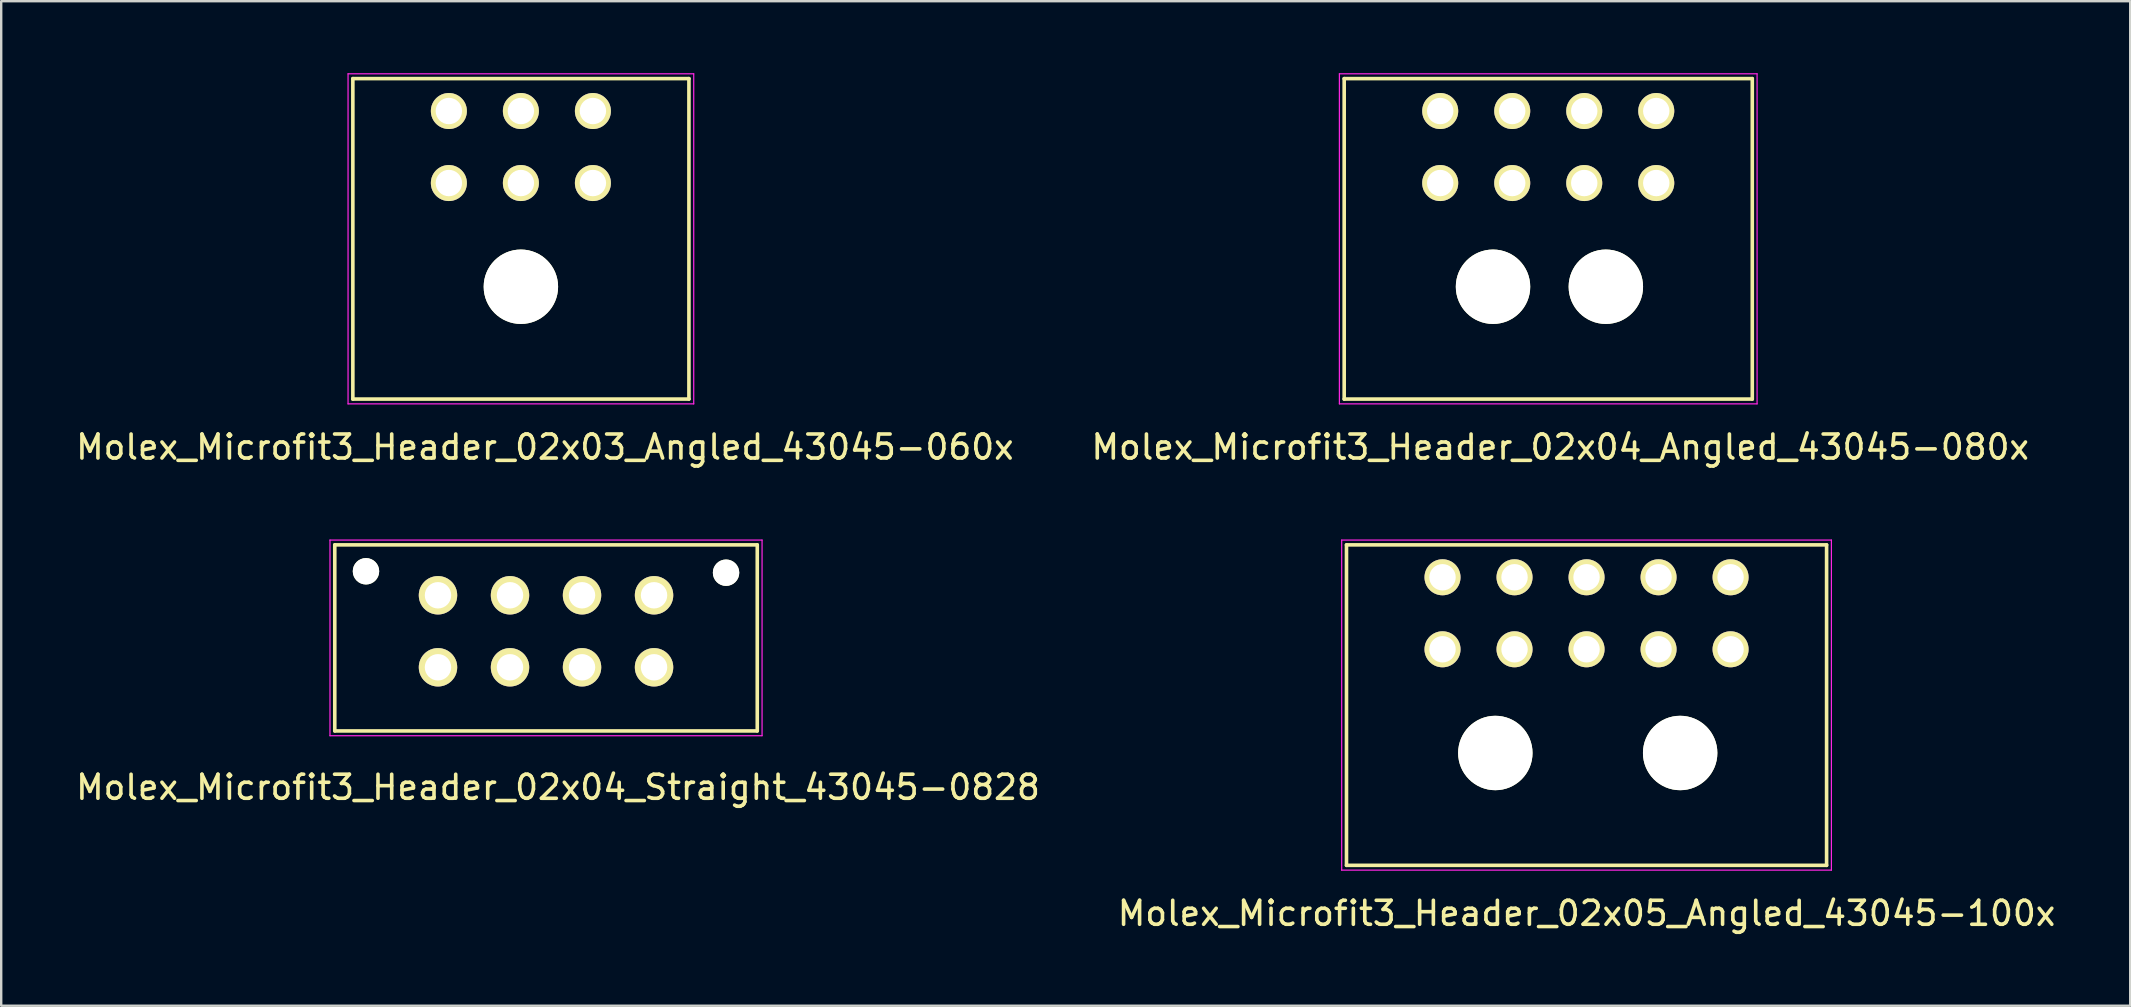
<source format=kicad_pcb>
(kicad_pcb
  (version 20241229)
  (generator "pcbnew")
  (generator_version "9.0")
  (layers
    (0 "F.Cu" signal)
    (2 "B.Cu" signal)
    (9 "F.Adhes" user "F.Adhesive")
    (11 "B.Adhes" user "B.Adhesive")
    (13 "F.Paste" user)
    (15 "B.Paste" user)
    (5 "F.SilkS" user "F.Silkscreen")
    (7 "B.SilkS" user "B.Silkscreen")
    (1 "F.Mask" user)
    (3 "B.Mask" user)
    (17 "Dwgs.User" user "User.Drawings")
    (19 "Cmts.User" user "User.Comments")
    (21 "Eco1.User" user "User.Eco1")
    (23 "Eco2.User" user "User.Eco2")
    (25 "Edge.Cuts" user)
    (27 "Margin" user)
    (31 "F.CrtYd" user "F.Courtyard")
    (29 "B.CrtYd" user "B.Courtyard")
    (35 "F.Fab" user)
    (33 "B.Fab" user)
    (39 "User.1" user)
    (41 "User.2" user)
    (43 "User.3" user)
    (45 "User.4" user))
  (footprint "Molex_Microfit3_Header_02x05_Angled_43045-100x"
    (layer "F.Cu")
    (at 69.042 23.998)
    (property "Reference" "Molex_Microfit3_Header_02x05_Angled_43045-100x" (at -6 11 0) (layer "F.SilkS") (effects (font (size 1 1) (thickness 0.15))))
    (attr through_hole)
    (fp_line (start -16 -4.35) (end 4 -4.35) (stroke (width 0.15) (type solid)) (layer "F.SilkS"))
    (fp_line (start -16 9) (end -16 -4.35) (stroke (width 0.15) (type solid)) (layer "F.SilkS"))
    (fp_line (start 4 -4.35) (end 4 9) (stroke (width 0.15) (type solid)) (layer "F.SilkS"))
    (fp_line (start 4 9) (end -16 9) (stroke (width 0.15) (type solid)) (layer "F.SilkS"))
    (fp_line (start -16.2 -4.55) (end -16.2 9.2) (stroke (width 0.05) (type solid)) (layer "F.CrtYd"))
    (fp_line (start -16.2 9.2) (end 4.2 9.2) (stroke (width 0.05) (type solid)) (layer "F.CrtYd"))
    (fp_line (start 4.2 -4.55) (end -16.2 -4.55) (stroke (width 0.05) (type solid)) (layer "F.CrtYd"))
    (fp_line (start 4.2 9.2) (end 4.2 -4.55) (stroke (width 0.05) (type solid)) (layer "F.CrtYd"))
    (pad "" np_thru_hole circle (at -9.8 4.32) (size 3.1 3.1) (drill 3.1) (layers "*.Cu" "*.Mask" "F.SilkS"))
    (pad "" np_thru_hole circle (at -2.1 4.32) (size 3.1 3.1) (drill 3.1) (layers "*.Cu" "*.Mask" "F.SilkS"))
    (pad "1" thru_hole circle (at 0 0) (size 1.5 1.5) (drill 1.1) (layers "*.Cu" "*.Mask" "F.SilkS"))
    (pad "2" thru_hole circle (at -3 0) (size 1.5 1.5) (drill 1.1) (layers "*.Cu" "*.Mask" "F.SilkS"))
    (pad "3" thru_hole circle (at -6 0) (size 1.5 1.5) (drill 1.1) (layers "*.Cu" "*.Mask" "F.SilkS"))
    (pad "4" thru_hole circle (at -9 0) (size 1.5 1.5) (drill 1.1) (layers "*.Cu" "*.Mask" "F.SilkS"))
    (pad "5" thru_hole circle (at -12 0) (size 1.5 1.5) (drill 1.1) (layers "*.Cu" "*.Mask" "F.SilkS"))
    (pad "6" thru_hole circle (at 0 -3) (size 1.5 1.5) (drill 1.1) (layers "*.Cu" "*.Mask" "F.SilkS"))
    (pad "7" thru_hole circle (at -3 -3) (size 1.5 1.5) (drill 1.1) (layers "*.Cu" "*.Mask" "F.SilkS"))
    (pad "8" thru_hole circle (at -6 -3) (size 1.5 1.5) (drill 1.1) (layers "*.Cu" "*.Mask" "F.SilkS"))
    (pad "9" thru_hole circle (at -9 -3) (size 1.5 1.5) (drill 1.1) (layers "*.Cu" "*.Mask" "F.SilkS"))
    (pad "10" thru_hole circle (at -12 -3) (size 1.5 1.5) (drill 1.1) (layers "*.Cu" "*.Mask" "F.SilkS")))
  (footprint "Molex_Microfit3_Header_02x03_Angled_43045-060x"
    (layer "F.Cu")
    (at 21.649 4.575)
    (property "Reference" "Molex_Microfit3_Header_02x03_Angled_43045-060x" (at -2 11 0) (layer "F.SilkS") (effects (font (size 1 1) (thickness 0.15))))
    (attr through_hole)
    (fp_line (start -10 -4.35) (end 4 -4.35) (stroke (width 0.15) (type solid)) (layer "F.SilkS"))
    (fp_line (start -10 9) (end -10 -4.35) (stroke (width 0.15) (type solid)) (layer "F.SilkS"))
    (fp_line (start 4 -4.35) (end 4 9) (stroke (width 0.15) (type solid)) (layer "F.SilkS"))
    (fp_line (start 4 9) (end -10 9) (stroke (width 0.15) (type solid)) (layer "F.SilkS"))
    (fp_line (start -10.2 -4.55) (end -10.2 9.2) (stroke (width 0.05) (type solid)) (layer "F.CrtYd"))
    (fp_line (start -10.2 9.2) (end 4.2 9.2) (stroke (width 0.05) (type solid)) (layer "F.CrtYd"))
    (fp_line (start 4.2 -4.55) (end -10.2 -4.55) (stroke (width 0.05) (type solid)) (layer "F.CrtYd"))
    (fp_line (start 4.2 9.2) (end 4.2 -4.55) (stroke (width 0.05) (type solid)) (layer "F.CrtYd"))
    (pad "" np_thru_hole circle (at -3 4.32) (size 3.1 3.1) (drill 3.1) (layers "*.Cu" "*.Mask" "F.SilkS"))
    (pad "1" thru_hole circle (at 0 0) (size 1.5 1.5) (drill 1.1) (layers "*.Cu" "*.Mask" "F.SilkS"))
    (pad "2" thru_hole circle (at -3 0) (size 1.5 1.5) (drill 1.1) (layers "*.Cu" "*.Mask" "F.SilkS"))
    (pad "3" thru_hole circle (at -6 0) (size 1.5 1.5) (drill 1.1) (layers "*.Cu" "*.Mask" "F.SilkS"))
    (pad "4" thru_hole circle (at 0 -3) (size 1.5 1.5) (drill 1.1) (layers "*.Cu" "*.Mask" "F.SilkS"))
    (pad "5" thru_hole circle (at -3 -3) (size 1.5 1.5) (drill 1.1) (layers "*.Cu" "*.Mask" "F.SilkS"))
    (pad "6" thru_hole circle (at -6 -3) (size 1.5 1.5) (drill 1.1) (layers "*.Cu" "*.Mask" "F.SilkS")))
  (footprint "Molex_Microfit3_Header_02x04_Straight_43045-0828"
    (layer "F.Cu")
    (at 24.196 24.748)
    (property "Reference" "Molex_Microfit3_Header_02x04_Straight_43045-0828" (at -4 5 0) (layer "F.SilkS") (effects (font (size 1 1) (thickness 0.15))))
    (attr through_hole)
    (fp_line (start -13.3 2.65) (end -13.3 -5.1) (stroke (width 0.15) (type solid)) (layer "F.SilkS"))
    (fp_line (start 4.3 -5.1) (end -13.3 -5.1) (stroke (width 0.15) (type solid)) (layer "F.SilkS"))
    (fp_line (start 4.3 2.65) (end -13.3 2.65) (stroke (width 0.15) (type solid)) (layer "F.SilkS"))
    (fp_line (start 4.3 2.65) (end 4.3 -5.1) (stroke (width 0.15) (type solid)) (layer "F.SilkS"))
    (fp_line (start -13.5 2.85) (end -13.5 -5.3) (stroke (width 0.05) (type solid)) (layer "F.CrtYd"))
    (fp_line (start 4.5 -5.3) (end -13.5 -5.3) (stroke (width 0.05) (type solid)) (layer "F.CrtYd"))
    (fp_line (start 4.5 2.85) (end -13.5 2.85) (stroke (width 0.05) (type solid)) (layer "F.CrtYd"))
    (fp_line (start 4.5 2.85) (end 4.5 -5.3) (stroke (width 0.05) (type solid)) (layer "F.CrtYd"))
    (pad "" np_thru_hole circle (at -12 -4) (size 1.1 1.1) (drill 1.1) (layers "*.Cu" "*.Mask" "F.SilkS"))
    (pad "" np_thru_hole circle (at 3 -3.94) (size 1.1 1.1) (drill 1.1) (layers "*.Cu" "*.Mask" "F.SilkS"))
    (pad "1" thru_hole circle (at 0 0) (size 1.6 1.6) (drill 1.1) (layers "*.Cu" "*.Mask" "F.SilkS"))
    (pad "2" thru_hole circle (at -3 0) (size 1.6 1.6) (drill 1.1) (layers "*.Cu" "*.Mask" "F.SilkS"))
    (pad "3" thru_hole circle (at -6 0) (size 1.6 1.6) (drill 1.1) (layers "*.Cu" "*.Mask" "F.SilkS"))
    (pad "4" thru_hole circle (at -9 0) (size 1.6 1.6) (drill 1.1) (layers "*.Cu" "*.Mask" "F.SilkS"))
    (pad "5" thru_hole circle (at 0 -3) (size 1.6 1.6) (drill 1.1) (layers "*.Cu" "*.Mask" "F.SilkS"))
    (pad "6" thru_hole circle (at -3 -3) (size 1.6 1.6) (drill 1.1) (layers "*.Cu" "*.Mask" "F.SilkS"))
    (pad "7" thru_hole circle (at -6 -3) (size 1.6 1.6) (drill 1.1) (layers "*.Cu" "*.Mask" "F.SilkS"))
    (pad "8" thru_hole circle (at -9 -3) (size 1.6 1.6) (drill 1.1) (layers "*.Cu" "*.Mask" "F.SilkS")))
  (footprint "Molex_Microfit3_Header_02x04_Angled_43045-080x"
    (layer "F.Cu")
    (at 65.946 4.575)
    (property "Reference" "Molex_Microfit3_Header_02x04_Angled_43045-080x" (at -4 11 0) (layer "F.SilkS") (effects (font (size 1 1) (thickness 0.15))))
    (attr through_hole)
    (fp_line (start -13 -4.35) (end 4 -4.35) (stroke (width 0.15) (type solid)) (layer "F.SilkS"))
    (fp_line (start -13 9) (end -13 -4.35) (stroke (width 0.15) (type solid)) (layer "F.SilkS"))
    (fp_line (start 4 -4.35) (end 4 9) (stroke (width 0.15) (type solid)) (layer "F.SilkS"))
    (fp_line (start 4 9) (end -13 9) (stroke (width 0.15) (type solid)) (layer "F.SilkS"))
    (fp_line (start -13.2 -4.55) (end -13.2 9.2) (stroke (width 0.05) (type solid)) (layer "F.CrtYd"))
    (fp_line (start -13.2 9.2) (end 4.2 9.2) (stroke (width 0.05) (type solid)) (layer "F.CrtYd"))
    (fp_line (start 4.2 -4.55) (end -13.2 -4.55) (stroke (width 0.05) (type solid)) (layer "F.CrtYd"))
    (fp_line (start 4.2 9.2) (end 4.2 -4.55) (stroke (width 0.05) (type solid)) (layer "F.CrtYd"))
    (pad "" np_thru_hole circle (at -6.8 4.32) (size 3.1 3.1) (drill 3.1) (layers "*.Cu" "*.Mask" "F.SilkS"))
    (pad "" np_thru_hole circle (at -2.1 4.32) (size 3.1 3.1) (drill 3.1) (layers "*.Cu" "*.Mask" "F.SilkS"))
    (pad "1" thru_hole circle (at 0 0) (size 1.5 1.5) (drill 1.1) (layers "*.Cu" "*.Mask" "F.SilkS"))
    (pad "2" thru_hole circle (at -3 0) (size 1.5 1.5) (drill 1.1) (layers "*.Cu" "*.Mask" "F.SilkS"))
    (pad "3" thru_hole circle (at -6 0) (size 1.5 1.5) (drill 1.1) (layers "*.Cu" "*.Mask" "F.SilkS"))
    (pad "4" thru_hole circle (at -9 0) (size 1.5 1.5) (drill 1.1) (layers "*.Cu" "*.Mask" "F.SilkS"))
    (pad "5" thru_hole circle (at 0 -3) (size 1.5 1.5) (drill 1.1) (layers "*.Cu" "*.Mask" "F.SilkS"))
    (pad "6" thru_hole circle (at -3 -3) (size 1.5 1.5) (drill 1.1) (layers "*.Cu" "*.Mask" "F.SilkS"))
    (pad "7" thru_hole circle (at -6 -3) (size 1.5 1.5) (drill 1.1) (layers "*.Cu" "*.Mask" "F.SilkS"))
    (pad "8" thru_hole circle (at -9 -3) (size 1.5 1.5) (drill 1.1) (layers "*.Cu" "*.Mask" "F.SilkS")))
  (gr_rect
    (start -3 -3)
    (end 85.69 38.846)
    (stroke (width 0.1) (type default))
    (fill no)
    (layer "Edge.Cuts")))
</source>
